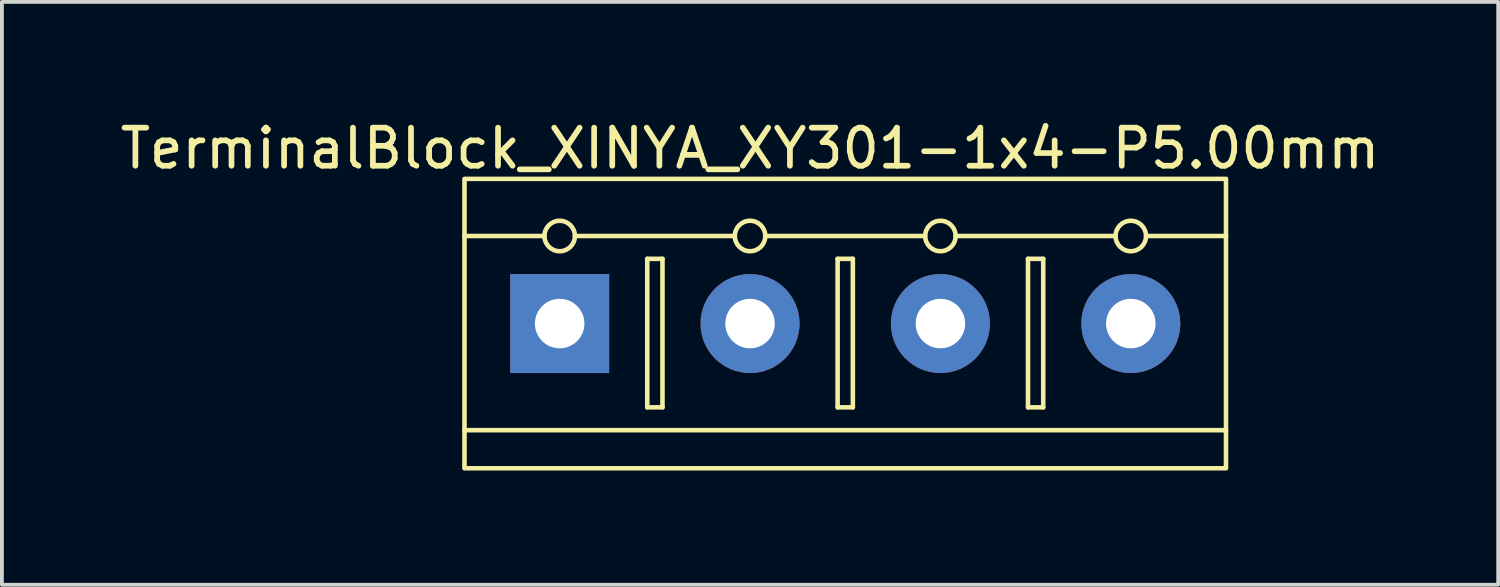
<source format=kicad_pcb>
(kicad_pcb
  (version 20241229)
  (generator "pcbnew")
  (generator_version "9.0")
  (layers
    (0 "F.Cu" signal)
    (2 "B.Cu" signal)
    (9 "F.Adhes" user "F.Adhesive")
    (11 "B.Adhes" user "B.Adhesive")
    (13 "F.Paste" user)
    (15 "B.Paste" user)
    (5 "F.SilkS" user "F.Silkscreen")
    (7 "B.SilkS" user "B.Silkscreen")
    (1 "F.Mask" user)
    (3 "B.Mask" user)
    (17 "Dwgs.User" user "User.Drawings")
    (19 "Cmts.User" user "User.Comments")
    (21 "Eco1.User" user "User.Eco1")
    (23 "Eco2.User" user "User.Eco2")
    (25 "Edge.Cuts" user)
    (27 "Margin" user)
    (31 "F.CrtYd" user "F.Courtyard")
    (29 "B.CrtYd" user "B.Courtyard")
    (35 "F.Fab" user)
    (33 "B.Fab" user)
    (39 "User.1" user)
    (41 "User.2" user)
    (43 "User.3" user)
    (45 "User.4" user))
  (footprint "TerminalBlock_XINYA_XY301-1x4-P5.00mm"
    (layer "F.Cu")
    (at 9.149 1.648)
    (property "Reference" "TerminalBlock_XINYA_XY301-1x4-P5.00mm" (at 7.5 -0.8 0) (unlocked yes) (layer "F.SilkS") (effects (font (size 1 1) (thickness 0.15))))
    (attr through_hole)
    (fp_line (start 2.1 1.5) (end 0 1.5) (stroke (width 0.12) (type solid)) (layer "F.SilkS"))
    (fp_line (start 4.8 2.1) (end 4.8 6) (stroke (width 0.12) (type solid)) (layer "F.SilkS"))
    (fp_line (start 4.8 6) (end 5.2 6) (stroke (width 0.12) (type solid)) (layer "F.SilkS"))
    (fp_line (start 5.2 2.1) (end 4.8 2.1) (stroke (width 0.12) (type solid)) (layer "F.SilkS"))
    (fp_line (start 5.2 6) (end 5.2 2.1) (stroke (width 0.12) (type solid)) (layer "F.SilkS"))
    (fp_line (start 7.1 1.5) (end 2.9 1.5) (stroke (width 0.12) (type solid)) (layer "F.SilkS"))
    (fp_line (start 9.8 2.1) (end 9.8 6) (stroke (width 0.12) (type solid)) (layer "F.SilkS"))
    (fp_line (start 9.8 6) (end 10.2 6) (stroke (width 0.12) (type solid)) (layer "F.SilkS"))
    (fp_line (start 10.2 2.1) (end 9.8 2.1) (stroke (width 0.12) (type solid)) (layer "F.SilkS"))
    (fp_line (start 10.2 6) (end 10.2 2.1) (stroke (width 0.12) (type solid)) (layer "F.SilkS"))
    (fp_line (start 12.1 1.5) (end 7.9 1.5) (stroke (width 0.12) (type solid)) (layer "F.SilkS"))
    (fp_line (start 14.8 2.1) (end 14.8 6) (stroke (width 0.12) (type solid)) (layer "F.SilkS"))
    (fp_line (start 14.8 6) (end 15.2 6) (stroke (width 0.12) (type solid)) (layer "F.SilkS"))
    (fp_line (start 15.2 2.1) (end 14.8 2.1) (stroke (width 0.12) (type solid)) (layer "F.SilkS"))
    (fp_line (start 15.2 6) (end 15.2 2.1) (stroke (width 0.12) (type solid)) (layer "F.SilkS"))
    (fp_line (start 17.1 1.5) (end 12.9 1.5) (stroke (width 0.12) (type solid)) (layer "F.SilkS"))
    (fp_line (start 20 1.5) (end 17.9 1.5) (stroke (width 0.12) (type solid)) (layer "F.SilkS"))
    (fp_line (start 20 6.6) (end 0 6.6) (stroke (width 0.12) (type solid)) (layer "F.SilkS"))
    (fp_rect (start 0 0) (end 20 7.6) (stroke (width 0.12) (type solid)) (fill no) (layer "F.SilkS"))
    (fp_circle (center 2.5 1.5) (end 2.9 1.5) (stroke (width 0.12) (type solid)) (fill no) (layer "F.SilkS"))
    (fp_circle (center 7.5 1.5) (end 7.9 1.5) (stroke (width 0.12) (type solid)) (fill no) (layer "F.SilkS"))
    (fp_circle (center 12.5 1.5) (end 12.9 1.5) (stroke (width 0.12) (type solid)) (fill no) (layer "F.SilkS"))
    (fp_circle (center 17.5 1.5) (end 17.9 1.5) (stroke (width 0.12) (type solid)) (fill no) (layer "F.SilkS"))
    (pad "1" thru_hole rect (at 2.5 3.8) (size 2.6 2.6) (drill 1.3) (layers "*.Cu" "*.Mask"))
    (pad "2" thru_hole circle (at 7.5 3.8) (size 2.6 2.6) (drill 1.3) (layers "*.Cu" "*.Mask"))
    (pad "3" thru_hole circle (at 12.5 3.8) (size 2.6 2.6) (drill 1.3) (layers "*.Cu" "*.Mask"))
    (pad "4" thru_hole circle (at 17.5 3.8) (size 2.6 2.6) (drill 1.3) (layers "*.Cu" "*.Mask")))
  (gr_rect
    (start -3 -3)
    (end 36.298 12.308)
    (stroke (width 0.1) (type default))
    (fill no)
    (layer "Edge.Cuts")))
</source>
